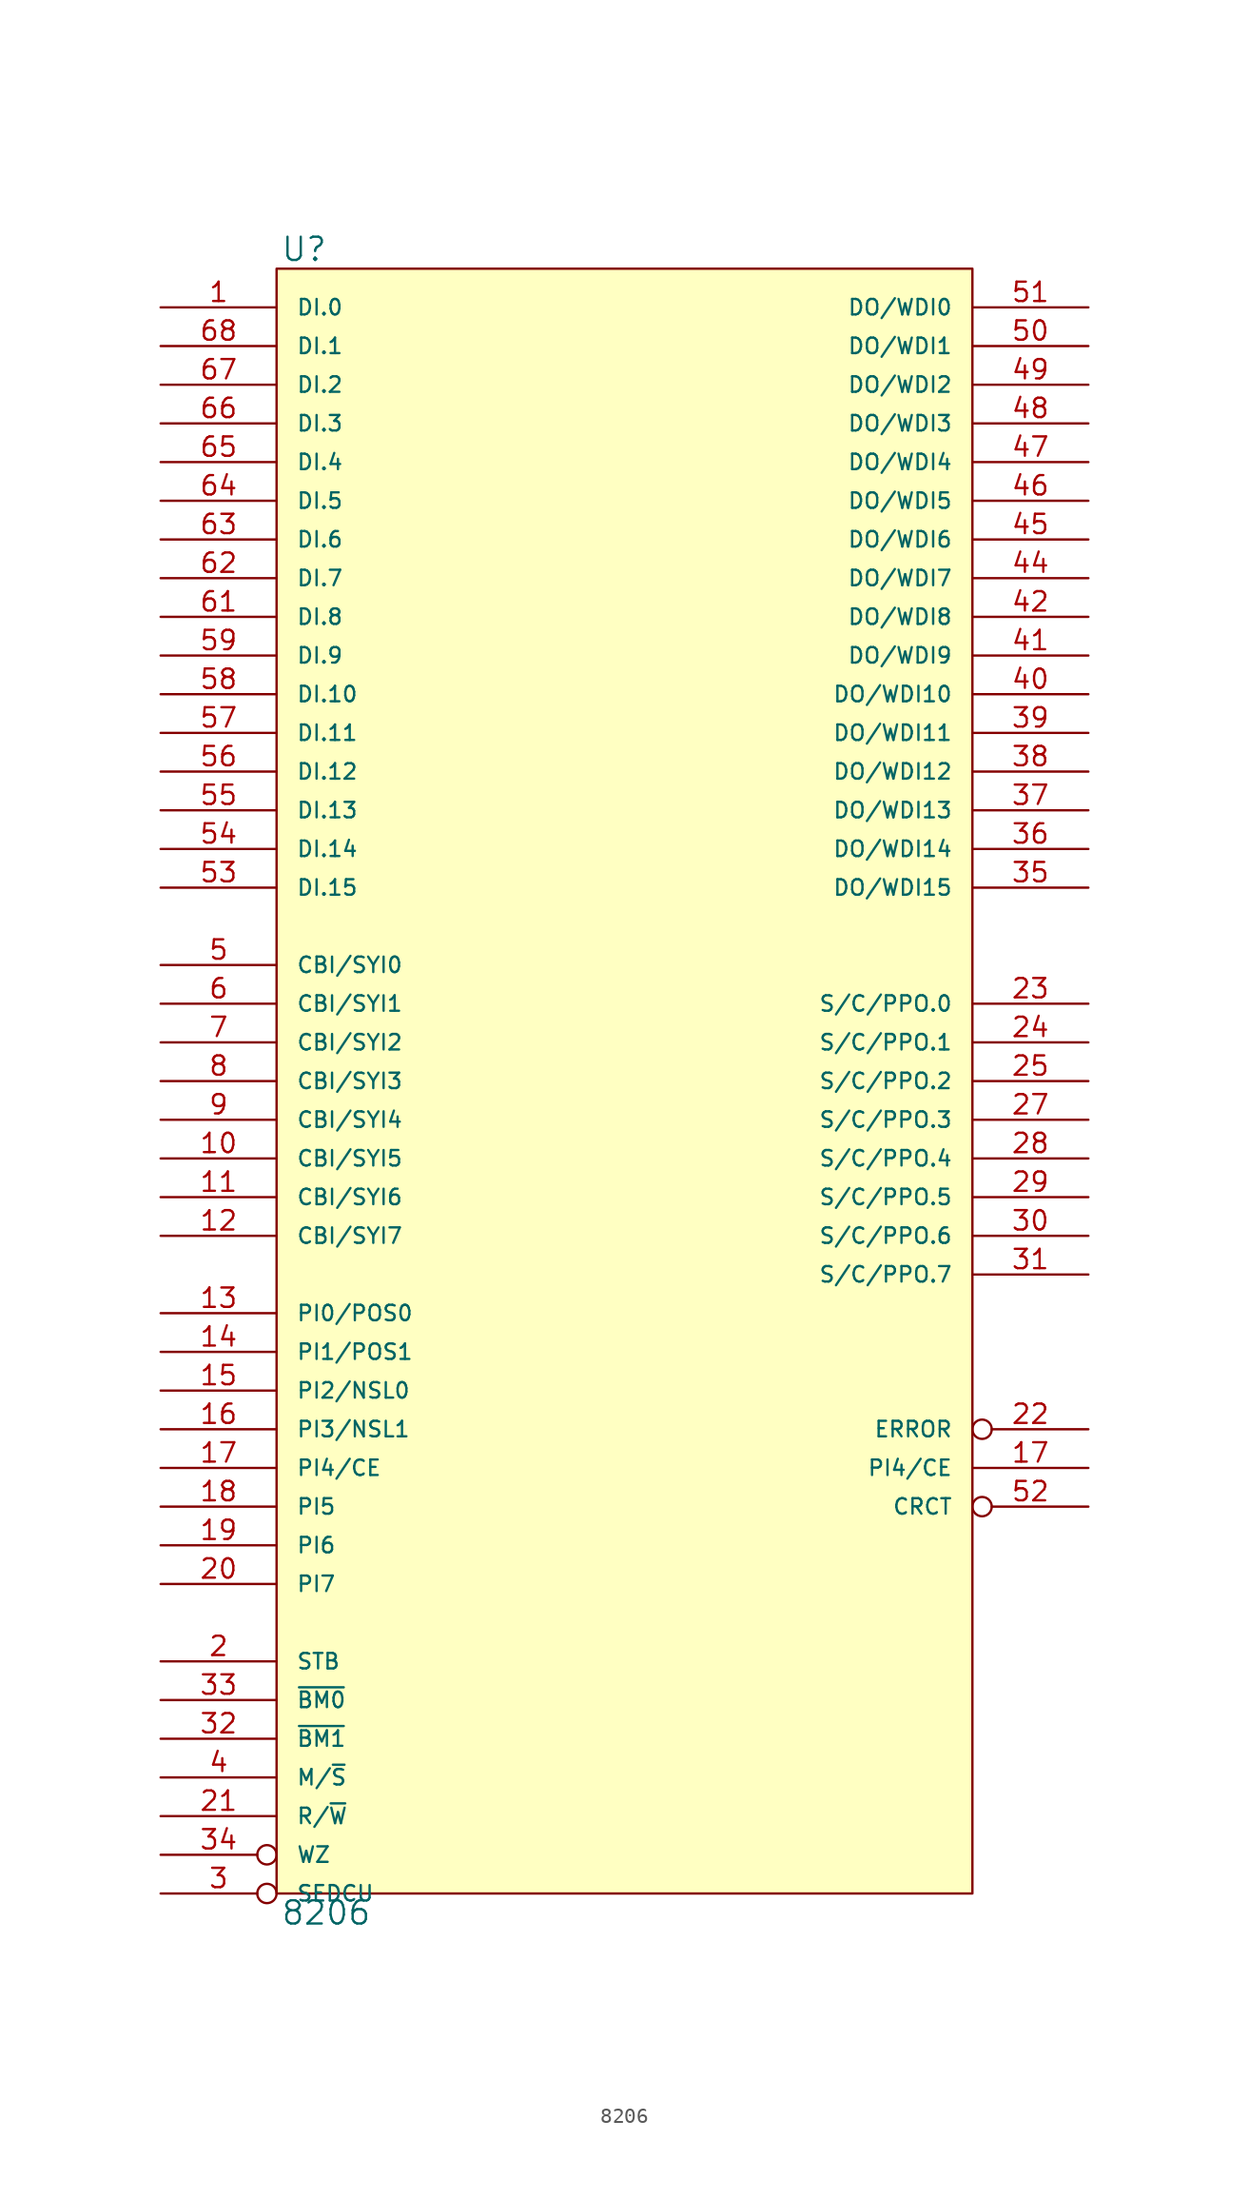
<source format=kicad_sym>
(kicad_symbol_lib
  (version 20231120)
  (generator "kicad_symbol_editor")
  (generator_version "8.0")
  (symbol "8206"
    (pin_names
      (offset 1.27))
    (property "Reference" "U"
      (at 0.254 0.381 0)
      (effects (font (size 1.524 1.524)) (justify left bottom)))
    (property "Value" "8206"
      (at 0.254 -107.061 0)
      (effects (font (size 1.524 1.524)) (justify left top)))
    (symbol "8206_0_1"
      (rectangle (start 0 0) (end 45.72 -106.68) (stroke (width 0) (type solid)) (fill (type background))))
    (symbol "8206_1_1"
      (pin input line (at -7.62 -2.54 0) (length 7.62) (name "DI.0" (effects (font (size 1.016 1.016)))) (number "1" (effects (font (size 1.27 1.27)))))
      (pin input line (at -7.62 -58.42 0) (length 7.62) (name "CBI/SYI5" (effects (font (size 1.016 1.016)))) (number "10" (effects (font (size 1.27 1.27)))))
      (pin input line (at -7.62 -60.96 0) (length 7.62) (name "CBI/SYI6" (effects (font (size 1.016 1.016)))) (number "11" (effects (font (size 1.27 1.27)))))
      (pin input line (at -7.62 -63.5 0) (length 7.62) (name "CBI/SYI7" (effects (font (size 1.016 1.016)))) (number "12" (effects (font (size 1.27 1.27)))))
      (pin input line (at -7.62 -68.58 0) (length 7.62) (name "PI0/POS0" (effects (font (size 1.016 1.016)))) (number "13" (effects (font (size 1.27 1.27)))))
      (pin input line (at -7.62 -71.12 0) (length 7.62) (name "PI1/POS1" (effects (font (size 1.016 1.016)))) (number "14" (effects (font (size 1.27 1.27)))))
      (pin input line (at -7.62 -73.66 0) (length 7.62) (name "PI2/NSL0" (effects (font (size 1.016 1.016)))) (number "15" (effects (font (size 1.27 1.27)))))
      (pin input line (at -7.62 -76.2 0) (length 7.62) (name "PI3/NSL1" (effects (font (size 1.016 1.016)))) (number "16" (effects (font (size 1.27 1.27)))))
      (pin input line (at -7.62 -78.74 0) (length 7.62) (name "PI4/CE" (effects (font (size 1.016 1.016)))) (number "17" (effects (font (size 1.27 1.27)))))
      (pin bidirectional line (at 53.34 -78.74 180) (length 7.62) (name "PI4/CE" (effects (font (size 1.016 1.016)))) (number "17" (effects (font (size 1.27 1.27)))))
      (pin input line (at -7.62 -81.28 0) (length 7.62) (name "PI5" (effects (font (size 1.016 1.016)))) (number "18" (effects (font (size 1.27 1.27)))))
      (pin input line (at -7.62 -83.82 0) (length 7.62) (name "PI6" (effects (font (size 1.016 1.016)))) (number "19" (effects (font (size 1.27 1.27)))))
      (pin input line (at -7.62 -91.44 0) (length 7.62) (name "STB" (effects (font (size 1.016 1.016)))) (number "2" (effects (font (size 1.27 1.27)))))
      (pin input line (at -7.62 -86.36 0) (length 7.62) (name "PI7" (effects (font (size 1.016 1.016)))) (number "20" (effects (font (size 1.27 1.27)))))
      (pin input line (at -7.62 -101.6 0) (length 7.62) (name "R/~{W}" (effects (font (size 1.016 1.016)))) (number "21" (effects (font (size 1.27 1.27)))))
      (pin output inverted (at 53.34 -76.2 180) (length 7.62) (name "ERROR" (effects (font (size 1.016 1.016)))) (number "22" (effects (font (size 1.27 1.27)))))
      (pin output line (at 53.34 -48.26 180) (length 7.62) (name "S/C/PPO.0" (effects (font (size 1.016 1.016)))) (number "23" (effects (font (size 1.27 1.27)))))
      (pin output line (at 53.34 -50.8 180) (length 7.62) (name "S/C/PPO.1" (effects (font (size 1.016 1.016)))) (number "24" (effects (font (size 1.27 1.27)))))
      (pin output line (at 53.34 -53.34 180) (length 7.62) (name "S/C/PPO.2" (effects (font (size 1.016 1.016)))) (number "25" (effects (font (size 1.27 1.27)))))
      (pin power_in line (at 0 -106.68 90) (length 0) hide (name "VSS" (effects (font (size 1.016 1.016)))) (number "26" (effects (font (size 1.27 1.27)))))
      (pin output line (at 53.34 -55.88 180) (length 7.62) (name "S/C/PPO.3" (effects (font (size 1.016 1.016)))) (number "27" (effects (font (size 1.27 1.27)))))
      (pin output line (at 53.34 -58.42 180) (length 7.62) (name "S/C/PPO.4" (effects (font (size 1.016 1.016)))) (number "28" (effects (font (size 1.27 1.27)))))
      (pin output line (at 53.34 -60.96 180) (length 7.62) (name "S/C/PPO.5" (effects (font (size 1.016 1.016)))) (number "29" (effects (font (size 1.27 1.27)))))
      (pin input inverted (at -7.62 -106.68 0) (length 7.62) (name "SEDCU" (effects (font (size 1.016 1.016)))) (number "3" (effects (font (size 1.27 1.27)))))
      (pin output line (at 53.34 -63.5 180) (length 7.62) (name "S/C/PPO.6" (effects (font (size 1.016 1.016)))) (number "30" (effects (font (size 1.27 1.27)))))
      (pin output line (at 53.34 -66.04 180) (length 7.62) (name "S/C/PPO.7" (effects (font (size 1.016 1.016)))) (number "31" (effects (font (size 1.27 1.27)))))
      (pin input line (at -7.62 -96.52 0) (length 7.62) (name "~{BM1}" (effects (font (size 1.016 1.016)))) (number "32" (effects (font (size 1.27 1.27)))))
      (pin input line (at -7.62 -93.98 0) (length 7.62) (name "~{BM0}" (effects (font (size 1.016 1.016)))) (number "33" (effects (font (size 1.27 1.27)))))
      (pin input inverted (at -7.62 -104.14 0) (length 7.62) (name "WZ" (effects (font (size 1.016 1.016)))) (number "34" (effects (font (size 1.27 1.27)))))
      (pin bidirectional line (at 53.34 -40.64 180) (length 7.62) (name "DO/WDI15" (effects (font (size 1.016 1.016)))) (number "35" (effects (font (size 1.27 1.27)))))
      (pin bidirectional line (at 53.34 -38.1 180) (length 7.62) (name "DO/WDI14" (effects (font (size 1.016 1.016)))) (number "36" (effects (font (size 1.27 1.27)))))
      (pin bidirectional line (at 53.34 -35.56 180) (length 7.62) (name "DO/WDI13" (effects (font (size 1.016 1.016)))) (number "37" (effects (font (size 1.27 1.27)))))
      (pin bidirectional line (at 53.34 -33.02 180) (length 7.62) (name "DO/WDI12" (effects (font (size 1.016 1.016)))) (number "38" (effects (font (size 1.27 1.27)))))
      (pin bidirectional line (at 53.34 -30.48 180) (length 7.62) (name "DO/WDI11" (effects (font (size 1.016 1.016)))) (number "39" (effects (font (size 1.27 1.27)))))
      (pin input line (at -7.62 -99.06 0) (length 7.62) (name "M/~{S}" (effects (font (size 1.016 1.016)))) (number "4" (effects (font (size 1.27 1.27)))))
      (pin bidirectional line (at 53.34 -27.94 180) (length 7.62) (name "DO/WDI10" (effects (font (size 1.016 1.016)))) (number "40" (effects (font (size 1.27 1.27)))))
      (pin bidirectional line (at 53.34 -25.4 180) (length 7.62) (name "DO/WDI9" (effects (font (size 1.016 1.016)))) (number "41" (effects (font (size 1.27 1.27)))))
      (pin bidirectional line (at 53.34 -22.86 180) (length 7.62) (name "DO/WDI8" (effects (font (size 1.016 1.016)))) (number "42" (effects (font (size 1.27 1.27)))))
      (pin power_in line (at 20.32 -106.68 90) (length 0) hide (name "VSS" (effects (font (size 1.016 1.016)))) (number "43" (effects (font (size 1.27 1.27)))))
      (pin bidirectional line (at 53.34 -20.32 180) (length 7.62) (name "DO/WDI7" (effects (font (size 1.016 1.016)))) (number "44" (effects (font (size 1.27 1.27)))))
      (pin bidirectional line (at 53.34 -17.78 180) (length 7.62) (name "DO/WDI6" (effects (font (size 1.016 1.016)))) (number "45" (effects (font (size 1.27 1.27)))))
      (pin bidirectional line (at 53.34 -15.24 180) (length 7.62) (name "DO/WDI5" (effects (font (size 1.016 1.016)))) (number "46" (effects (font (size 1.27 1.27)))))
      (pin bidirectional line (at 53.34 -12.7 180) (length 7.62) (name "DO/WDI4" (effects (font (size 1.016 1.016)))) (number "47" (effects (font (size 1.27 1.27)))))
      (pin bidirectional line (at 53.34 -10.16 180) (length 7.62) (name "DO/WDI3" (effects (font (size 1.016 1.016)))) (number "48" (effects (font (size 1.27 1.27)))))
      (pin bidirectional line (at 53.34 -7.62 180) (length 7.62) (name "DO/WDI2" (effects (font (size 1.016 1.016)))) (number "49" (effects (font (size 1.27 1.27)))))
      (pin input line (at -7.62 -45.72 0) (length 7.62) (name "CBI/SYI0" (effects (font (size 1.016 1.016)))) (number "5" (effects (font (size 1.27 1.27)))))
      (pin bidirectional line (at 53.34 -5.08 180) (length 7.62) (name "DO/WDI1" (effects (font (size 1.016 1.016)))) (number "50" (effects (font (size 1.27 1.27)))))
      (pin bidirectional line (at 53.34 -2.54 180) (length 7.62) (name "DO/WDI0" (effects (font (size 1.016 1.016)))) (number "51" (effects (font (size 1.27 1.27)))))
      (pin input inverted (at 53.34 -81.28 180) (length 7.62) (name "CRCT" (effects (font (size 1.016 1.016)))) (number "52" (effects (font (size 1.27 1.27)))))
      (pin input line (at -7.62 -40.64 0) (length 7.62) (name "DI.15" (effects (font (size 1.016 1.016)))) (number "53" (effects (font (size 1.27 1.27)))))
      (pin input line (at -7.62 -38.1 0) (length 7.62) (name "DI.14" (effects (font (size 1.016 1.016)))) (number "54" (effects (font (size 1.27 1.27)))))
      (pin input line (at -7.62 -35.56 0) (length 7.62) (name "DI.13" (effects (font (size 1.016 1.016)))) (number "55" (effects (font (size 1.27 1.27)))))
      (pin input line (at -7.62 -33.02 0) (length 7.62) (name "DI.12" (effects (font (size 1.016 1.016)))) (number "56" (effects (font (size 1.27 1.27)))))
      (pin input line (at -7.62 -30.48 0) (length 7.62) (name "DI.11" (effects (font (size 1.016 1.016)))) (number "57" (effects (font (size 1.27 1.27)))))
      (pin input line (at -7.62 -27.94 0) (length 7.62) (name "DI.10" (effects (font (size 1.016 1.016)))) (number "58" (effects (font (size 1.27 1.27)))))
      (pin input line (at -7.62 -25.4 0) (length 7.62) (name "DI.9" (effects (font (size 1.016 1.016)))) (number "59" (effects (font (size 1.27 1.27)))))
      (pin input line (at -7.62 -48.26 0) (length 7.62) (name "CBI/SYI1" (effects (font (size 1.016 1.016)))) (number "6" (effects (font (size 1.27 1.27)))))
      (pin power_in line (at 0 0 270) (length 0) hide (name "VCC" (effects (font (size 1.016 1.016)))) (number "60" (effects (font (size 1.27 1.27)))))
      (pin input line (at -7.62 -22.86 0) (length 7.62) (name "DI.8" (effects (font (size 1.016 1.016)))) (number "61" (effects (font (size 1.27 1.27)))))
      (pin input line (at -7.62 -20.32 0) (length 7.62) (name "DI.7" (effects (font (size 1.016 1.016)))) (number "62" (effects (font (size 1.27 1.27)))))
      (pin input line (at -7.62 -17.78 0) (length 7.62) (name "DI.6" (effects (font (size 1.016 1.016)))) (number "63" (effects (font (size 1.27 1.27)))))
      (pin input line (at -7.62 -15.24 0) (length 7.62) (name "DI.5" (effects (font (size 1.016 1.016)))) (number "64" (effects (font (size 1.27 1.27)))))
      (pin input line (at -7.62 -12.7 0) (length 7.62) (name "DI.4" (effects (font (size 1.016 1.016)))) (number "65" (effects (font (size 1.27 1.27)))))
      (pin input line (at -7.62 -10.16 0) (length 7.62) (name "DI.3" (effects (font (size 1.016 1.016)))) (number "66" (effects (font (size 1.27 1.27)))))
      (pin input line (at -7.62 -7.62 0) (length 7.62) (name "DI.2" (effects (font (size 1.016 1.016)))) (number "67" (effects (font (size 1.27 1.27)))))
      (pin input line (at -7.62 -5.08 0) (length 7.62) (name "DI.1" (effects (font (size 1.016 1.016)))) (number "68" (effects (font (size 1.27 1.27)))))
      (pin input line (at -7.62 -50.8 0) (length 7.62) (name "CBI/SYI2" (effects (font (size 1.016 1.016)))) (number "7" (effects (font (size 1.27 1.27)))))
      (pin input line (at -7.62 -53.34 0) (length 7.62) (name "CBI/SYI3" (effects (font (size 1.016 1.016)))) (number "8" (effects (font (size 1.27 1.27)))))
      (pin input line (at -7.62 -55.88 0) (length 7.62) (name "CBI/SYI4" (effects (font (size 1.016 1.016)))) (number "9" (effects (font (size 1.27 1.27))))))))
</source>
